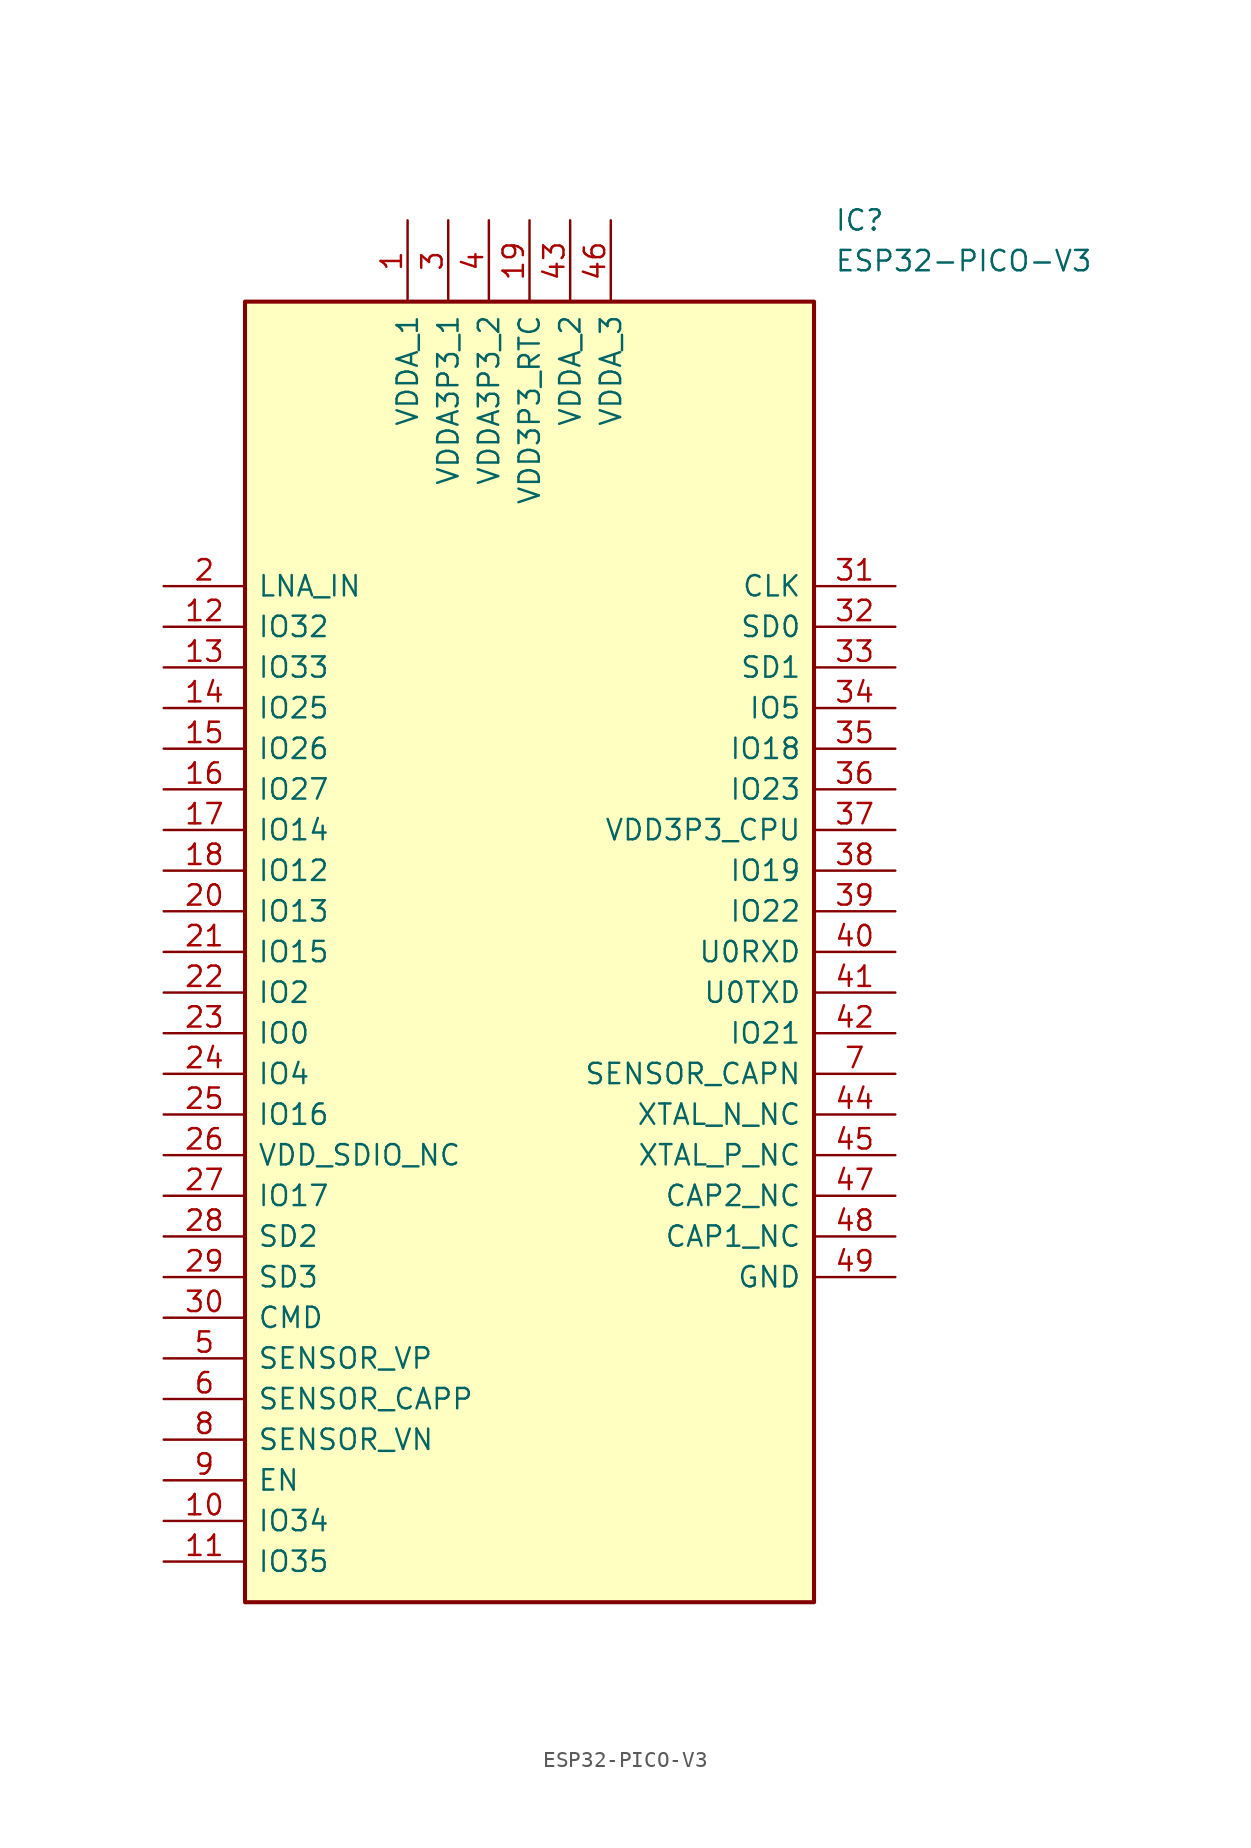
<source format=kicad_sym>
(kicad_symbol_lib
  (version 20241209)
  (generator "kicad_symbol_editor")
  (generator_version "9.0")
  (symbol "ESP32-PICO-V3"
    (pin_names
      (offset 0.762))
    (property "Reference" "IC"
      (at 41.91 22.86 0)
      (effects (font (size 1.27 1.27)) (justify left)))
    (property "Value" "ESP32-PICO-V3"
      (at 41.91 20.32 0)
      (effects (font (size 1.27 1.27)) (justify left)))
    (symbol "ESP32-PICO-V3_0_0"
      (pin passive line (at 0 0 0) (length 5.08) (name "LNA_IN" (effects (font (size 1.27 1.27)))) (number "2" (effects (font (size 1.27 1.27)))))
      (pin passive line (at 0 -2.54 0) (length 5.08) (name "IO32" (effects (font (size 1.27 1.27)))) (number "12" (effects (font (size 1.27 1.27)))))
      (pin passive line (at 0 -5.08 0) (length 5.08) (name "IO33" (effects (font (size 1.27 1.27)))) (number "13" (effects (font (size 1.27 1.27)))))
      (pin passive line (at 0 -7.62 0) (length 5.08) (name "IO25" (effects (font (size 1.27 1.27)))) (number "14" (effects (font (size 1.27 1.27)))))
      (pin passive line (at 0 -10.16 0) (length 5.08) (name "IO26" (effects (font (size 1.27 1.27)))) (number "15" (effects (font (size 1.27 1.27)))))
      (pin passive line (at 0 -12.7 0) (length 5.08) (name "IO27" (effects (font (size 1.27 1.27)))) (number "16" (effects (font (size 1.27 1.27)))))
      (pin passive line (at 0 -15.24 0) (length 5.08) (name "IO14" (effects (font (size 1.27 1.27)))) (number "17" (effects (font (size 1.27 1.27)))))
      (pin passive line (at 0 -17.78 0) (length 5.08) (name "IO12" (effects (font (size 1.27 1.27)))) (number "18" (effects (font (size 1.27 1.27)))))
      (pin passive line (at 0 -20.32 0) (length 5.08) (name "IO13" (effects (font (size 1.27 1.27)))) (number "20" (effects (font (size 1.27 1.27)))))
      (pin passive line (at 0 -22.86 0) (length 5.08) (name "IO15" (effects (font (size 1.27 1.27)))) (number "21" (effects (font (size 1.27 1.27)))))
      (pin passive line (at 0 -25.4 0) (length 5.08) (name "IO2" (effects (font (size 1.27 1.27)))) (number "22" (effects (font (size 1.27 1.27)))))
      (pin passive line (at 0 -27.94 0) (length 5.08) (name "IO0" (effects (font (size 1.27 1.27)))) (number "23" (effects (font (size 1.27 1.27)))))
      (pin passive line (at 0 -30.48 0) (length 5.08) (name "IO4" (effects (font (size 1.27 1.27)))) (number "24" (effects (font (size 1.27 1.27)))))
      (pin passive line (at 0 -33.02 0) (length 5.08) (name "IO16" (effects (font (size 1.27 1.27)))) (number "25" (effects (font (size 1.27 1.27)))))
      (pin passive line (at 0 -35.56 0) (length 5.08) (name "VDD_SDIO_NC" (effects (font (size 1.27 1.27)))) (number "26" (effects (font (size 1.27 1.27)))))
      (pin passive line (at 0 -38.1 0) (length 5.08) (name "IO17" (effects (font (size 1.27 1.27)))) (number "27" (effects (font (size 1.27 1.27)))))
      (pin passive line (at 0 -40.64 0) (length 5.08) (name "SD2" (effects (font (size 1.27 1.27)))) (number "28" (effects (font (size 1.27 1.27)))))
      (pin passive line (at 0 -43.18 0) (length 5.08) (name "SD3" (effects (font (size 1.27 1.27)))) (number "29" (effects (font (size 1.27 1.27)))))
      (pin passive line (at 0 -45.72 0) (length 5.08) (name "CMD" (effects (font (size 1.27 1.27)))) (number "30" (effects (font (size 1.27 1.27)))))
      (pin passive line (at 0 -48.26 0) (length 5.08) (name "SENSOR_VP" (effects (font (size 1.27 1.27)))) (number "5" (effects (font (size 1.27 1.27)))))
      (pin passive line (at 0 -50.8 0) (length 5.08) (name "SENSOR_CAPP" (effects (font (size 1.27 1.27)))) (number "6" (effects (font (size 1.27 1.27)))))
      (pin passive line (at 0 -53.34 0) (length 5.08) (name "SENSOR_VN" (effects (font (size 1.27 1.27)))) (number "8" (effects (font (size 1.27 1.27)))))
      (pin passive line (at 0 -55.88 0) (length 5.08) (name "EN" (effects (font (size 1.27 1.27)))) (number "9" (effects (font (size 1.27 1.27)))))
      (pin passive line (at 0 -58.42 0) (length 5.08) (name "IO34" (effects (font (size 1.27 1.27)))) (number "10" (effects (font (size 1.27 1.27)))))
      (pin passive line (at 0 -60.96 0) (length 5.08) (name "IO35" (effects (font (size 1.27 1.27)))) (number "11" (effects (font (size 1.27 1.27)))))
      (pin passive line (at 15.24 22.86 270) (length 5.08) (name "VDDA_1" (effects (font (size 1.27 1.27)))) (number "1" (effects (font (size 1.27 1.27)))))
      (pin passive line (at 17.78 22.86 270) (length 5.08) (name "VDDA3P3_1" (effects (font (size 1.27 1.27)))) (number "3" (effects (font (size 1.27 1.27)))))
      (pin passive line (at 20.32 22.86 270) (length 5.08) (name "VDDA3P3_2" (effects (font (size 1.27 1.27)))) (number "4" (effects (font (size 1.27 1.27)))))
      (pin passive line (at 22.86 22.86 270) (length 5.08) (name "VDD3P3_RTC" (effects (font (size 1.27 1.27)))) (number "19" (effects (font (size 1.27 1.27)))))
      (pin passive line (at 25.4 22.86 270) (length 5.08) (name "VDDA_2" (effects (font (size 1.27 1.27)))) (number "43" (effects (font (size 1.27 1.27)))))
      (pin passive line (at 27.94 22.86 270) (length 5.08) (name "VDDA_3" (effects (font (size 1.27 1.27)))) (number "46" (effects (font (size 1.27 1.27)))))
      (pin passive line (at 45.72 0 180) (length 5.08) (name "CLK" (effects (font (size 1.27 1.27)))) (number "31" (effects (font (size 1.27 1.27)))))
      (pin passive line (at 45.72 -2.54 180) (length 5.08) (name "SD0" (effects (font (size 1.27 1.27)))) (number "32" (effects (font (size 1.27 1.27)))))
      (pin passive line (at 45.72 -5.08 180) (length 5.08) (name "SD1" (effects (font (size 1.27 1.27)))) (number "33" (effects (font (size 1.27 1.27)))))
      (pin passive line (at 45.72 -7.62 180) (length 5.08) (name "IO5" (effects (font (size 1.27 1.27)))) (number "34" (effects (font (size 1.27 1.27)))))
      (pin passive line (at 45.72 -10.16 180) (length 5.08) (name "IO18" (effects (font (size 1.27 1.27)))) (number "35" (effects (font (size 1.27 1.27)))))
      (pin passive line (at 45.72 -12.7 180) (length 5.08) (name "IO23" (effects (font (size 1.27 1.27)))) (number "36" (effects (font (size 1.27 1.27)))))
      (pin passive line (at 45.72 -15.24 180) (length 5.08) (name "VDD3P3_CPU" (effects (font (size 1.27 1.27)))) (number "37" (effects (font (size 1.27 1.27)))))
      (pin passive line (at 45.72 -17.78 180) (length 5.08) (name "IO19" (effects (font (size 1.27 1.27)))) (number "38" (effects (font (size 1.27 1.27)))))
      (pin passive line (at 45.72 -20.32 180) (length 5.08) (name "IO22" (effects (font (size 1.27 1.27)))) (number "39" (effects (font (size 1.27 1.27)))))
      (pin passive line (at 45.72 -22.86 180) (length 5.08) (name "U0RXD" (effects (font (size 1.27 1.27)))) (number "40" (effects (font (size 1.27 1.27)))))
      (pin passive line (at 45.72 -25.4 180) (length 5.08) (name "U0TXD" (effects (font (size 1.27 1.27)))) (number "41" (effects (font (size 1.27 1.27)))))
      (pin passive line (at 45.72 -27.94 180) (length 5.08) (name "IO21" (effects (font (size 1.27 1.27)))) (number "42" (effects (font (size 1.27 1.27)))))
      (pin passive line (at 45.72 -30.48 180) (length 5.08) (name "SENSOR_CAPN" (effects (font (size 1.27 1.27)))) (number "7" (effects (font (size 1.27 1.27)))))
      (pin passive line (at 45.72 -33.02 180) (length 5.08) (name "XTAL_N_NC" (effects (font (size 1.27 1.27)))) (number "44" (effects (font (size 1.27 1.27)))))
      (pin passive line (at 45.72 -35.56 180) (length 5.08) (name "XTAL_P_NC" (effects (font (size 1.27 1.27)))) (number "45" (effects (font (size 1.27 1.27)))))
      (pin passive line (at 45.72 -38.1 180) (length 5.08) (name "CAP2_NC" (effects (font (size 1.27 1.27)))) (number "47" (effects (font (size 1.27 1.27)))))
      (pin passive line (at 45.72 -40.64 180) (length 5.08) (name "CAP1_NC" (effects (font (size 1.27 1.27)))) (number "48" (effects (font (size 1.27 1.27)))))
      (pin passive line (at 45.72 -43.18 180) (length 5.08) (name "GND" (effects (font (size 1.27 1.27)))) (number "49" (effects (font (size 1.27 1.27))))))
    (symbol "ESP32-PICO-V3_1_1"
      (polyline (pts (xy 5.08 17.78) (xy 40.64 17.78) (xy 40.64 -63.5) (xy 5.08 -63.5) (xy 5.08 17.78)) (stroke (width 0.254) (type solid)) (fill (type background))))))
</source>
